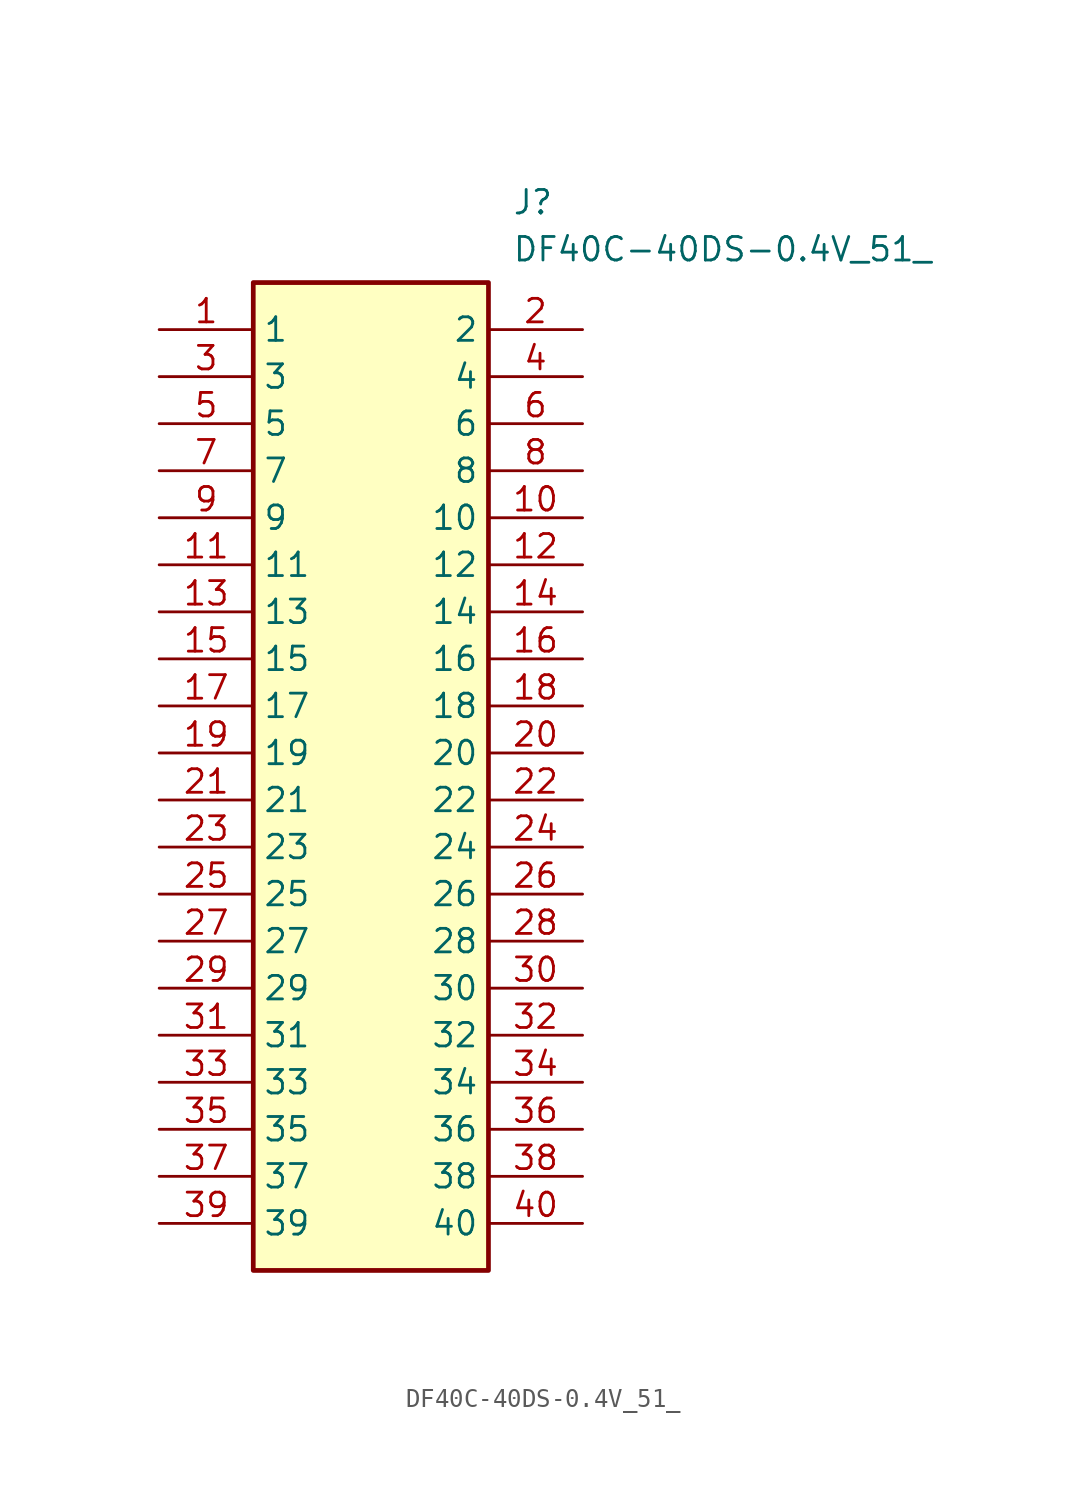
<source format=kicad_sym>
(kicad_symbol_lib
  (version 20211014)
  (generator SamacSys_ECAD_Model)
  (symbol "DF40C-40DS-0.4V_51_"
    (property "Reference" "J"
      (at 19.05 7.62 0)
      (effects (font (size 1.27 1.27)) (justify left top)))
    (property "Value" "DF40C-40DS-0.4V_51_"
      (at 19.05 5.08 0)
      (effects (font (size 1.27 1.27)) (justify left top)))
    (rectangle
      (start 5.08 2.54)
      (end 17.78 -50.8)
      (stroke (width 0.254) (type default))
      (fill (type background)))
    (pin passive line
      (at 0 0 0)
      (length 5.08)
      (name "1" (effects (font (size 1.27 1.27))))
      (number "1" (effects (font (size 1.27 1.27)))))
    (pin passive line
      (at 22.86 0 180)
      (length 5.08)
      (name "2" (effects (font (size 1.27 1.27))))
      (number "2" (effects (font (size 1.27 1.27)))))
    (pin passive line
      (at 0 -2.54 0)
      (length 5.08)
      (name "3" (effects (font (size 1.27 1.27))))
      (number "3" (effects (font (size 1.27 1.27)))))
    (pin passive line
      (at 22.86 -2.54 180)
      (length 5.08)
      (name "4" (effects (font (size 1.27 1.27))))
      (number "4" (effects (font (size 1.27 1.27)))))
    (pin passive line
      (at 0 -5.08 0)
      (length 5.08)
      (name "5" (effects (font (size 1.27 1.27))))
      (number "5" (effects (font (size 1.27 1.27)))))
    (pin passive line
      (at 22.86 -5.08 180)
      (length 5.08)
      (name "6" (effects (font (size 1.27 1.27))))
      (number "6" (effects (font (size 1.27 1.27)))))
    (pin passive line
      (at 0 -7.62 0)
      (length 5.08)
      (name "7" (effects (font (size 1.27 1.27))))
      (number "7" (effects (font (size 1.27 1.27)))))
    (pin passive line
      (at 22.86 -7.62 180)
      (length 5.08)
      (name "8" (effects (font (size 1.27 1.27))))
      (number "8" (effects (font (size 1.27 1.27)))))
    (pin passive line
      (at 0 -10.16 0)
      (length 5.08)
      (name "9" (effects (font (size 1.27 1.27))))
      (number "9" (effects (font (size 1.27 1.27)))))
    (pin passive line
      (at 22.86 -10.16 180)
      (length 5.08)
      (name "10" (effects (font (size 1.27 1.27))))
      (number "10" (effects (font (size 1.27 1.27)))))
    (pin passive line
      (at 0 -12.7 0)
      (length 5.08)
      (name "11" (effects (font (size 1.27 1.27))))
      (number "11" (effects (font (size 1.27 1.27)))))
    (pin passive line
      (at 22.86 -12.7 180)
      (length 5.08)
      (name "12" (effects (font (size 1.27 1.27))))
      (number "12" (effects (font (size 1.27 1.27)))))
    (pin passive line
      (at 0 -15.24 0)
      (length 5.08)
      (name "13" (effects (font (size 1.27 1.27))))
      (number "13" (effects (font (size 1.27 1.27)))))
    (pin passive line
      (at 22.86 -15.24 180)
      (length 5.08)
      (name "14" (effects (font (size 1.27 1.27))))
      (number "14" (effects (font (size 1.27 1.27)))))
    (pin passive line
      (at 0 -17.78 0)
      (length 5.08)
      (name "15" (effects (font (size 1.27 1.27))))
      (number "15" (effects (font (size 1.27 1.27)))))
    (pin passive line
      (at 22.86 -17.78 180)
      (length 5.08)
      (name "16" (effects (font (size 1.27 1.27))))
      (number "16" (effects (font (size 1.27 1.27)))))
    (pin passive line
      (at 0 -20.32 0)
      (length 5.08)
      (name "17" (effects (font (size 1.27 1.27))))
      (number "17" (effects (font (size 1.27 1.27)))))
    (pin passive line
      (at 22.86 -20.32 180)
      (length 5.08)
      (name "18" (effects (font (size 1.27 1.27))))
      (number "18" (effects (font (size 1.27 1.27)))))
    (pin passive line
      (at 0 -22.86 0)
      (length 5.08)
      (name "19" (effects (font (size 1.27 1.27))))
      (number "19" (effects (font (size 1.27 1.27)))))
    (pin passive line
      (at 22.86 -22.86 180)
      (length 5.08)
      (name "20" (effects (font (size 1.27 1.27))))
      (number "20" (effects (font (size 1.27 1.27)))))
    (pin passive line
      (at 0 -25.4 0)
      (length 5.08)
      (name "21" (effects (font (size 1.27 1.27))))
      (number "21" (effects (font (size 1.27 1.27)))))
    (pin passive line
      (at 22.86 -25.4 180)
      (length 5.08)
      (name "22" (effects (font (size 1.27 1.27))))
      (number "22" (effects (font (size 1.27 1.27)))))
    (pin passive line
      (at 0 -27.94 0)
      (length 5.08)
      (name "23" (effects (font (size 1.27 1.27))))
      (number "23" (effects (font (size 1.27 1.27)))))
    (pin passive line
      (at 22.86 -27.94 180)
      (length 5.08)
      (name "24" (effects (font (size 1.27 1.27))))
      (number "24" (effects (font (size 1.27 1.27)))))
    (pin passive line
      (at 0 -30.48 0)
      (length 5.08)
      (name "25" (effects (font (size 1.27 1.27))))
      (number "25" (effects (font (size 1.27 1.27)))))
    (pin passive line
      (at 22.86 -30.48 180)
      (length 5.08)
      (name "26" (effects (font (size 1.27 1.27))))
      (number "26" (effects (font (size 1.27 1.27)))))
    (pin passive line
      (at 0 -33.02 0)
      (length 5.08)
      (name "27" (effects (font (size 1.27 1.27))))
      (number "27" (effects (font (size 1.27 1.27)))))
    (pin passive line
      (at 22.86 -33.02 180)
      (length 5.08)
      (name "28" (effects (font (size 1.27 1.27))))
      (number "28" (effects (font (size 1.27 1.27)))))
    (pin passive line
      (at 0 -35.56 0)
      (length 5.08)
      (name "29" (effects (font (size 1.27 1.27))))
      (number "29" (effects (font (size 1.27 1.27)))))
    (pin passive line
      (at 22.86 -35.56 180)
      (length 5.08)
      (name "30" (effects (font (size 1.27 1.27))))
      (number "30" (effects (font (size 1.27 1.27)))))
    (pin passive line
      (at 0 -38.1 0)
      (length 5.08)
      (name "31" (effects (font (size 1.27 1.27))))
      (number "31" (effects (font (size 1.27 1.27)))))
    (pin passive line
      (at 22.86 -38.1 180)
      (length 5.08)
      (name "32" (effects (font (size 1.27 1.27))))
      (number "32" (effects (font (size 1.27 1.27)))))
    (pin passive line
      (at 0 -40.64 0)
      (length 5.08)
      (name "33" (effects (font (size 1.27 1.27))))
      (number "33" (effects (font (size 1.27 1.27)))))
    (pin passive line
      (at 22.86 -40.64 180)
      (length 5.08)
      (name "34" (effects (font (size 1.27 1.27))))
      (number "34" (effects (font (size 1.27 1.27)))))
    (pin passive line
      (at 0 -43.18 0)
      (length 5.08)
      (name "35" (effects (font (size 1.27 1.27))))
      (number "35" (effects (font (size 1.27 1.27)))))
    (pin passive line
      (at 22.86 -43.18 180)
      (length 5.08)
      (name "36" (effects (font (size 1.27 1.27))))
      (number "36" (effects (font (size 1.27 1.27)))))
    (pin passive line
      (at 0 -45.72 0)
      (length 5.08)
      (name "37" (effects (font (size 1.27 1.27))))
      (number "37" (effects (font (size 1.27 1.27)))))
    (pin passive line
      (at 22.86 -45.72 180)
      (length 5.08)
      (name "38" (effects (font (size 1.27 1.27))))
      (number "38" (effects (font (size 1.27 1.27)))))
    (pin passive line
      (at 0 -48.26 0)
      (length 5.08)
      (name "39" (effects (font (size 1.27 1.27))))
      (number "39" (effects (font (size 1.27 1.27)))))
    (pin passive line
      (at 22.86 -48.26 180)
      (length 5.08)
      (name "40" (effects (font (size 1.27 1.27))))
      (number "40" (effects (font (size 1.27 1.27)))))))
</source>
